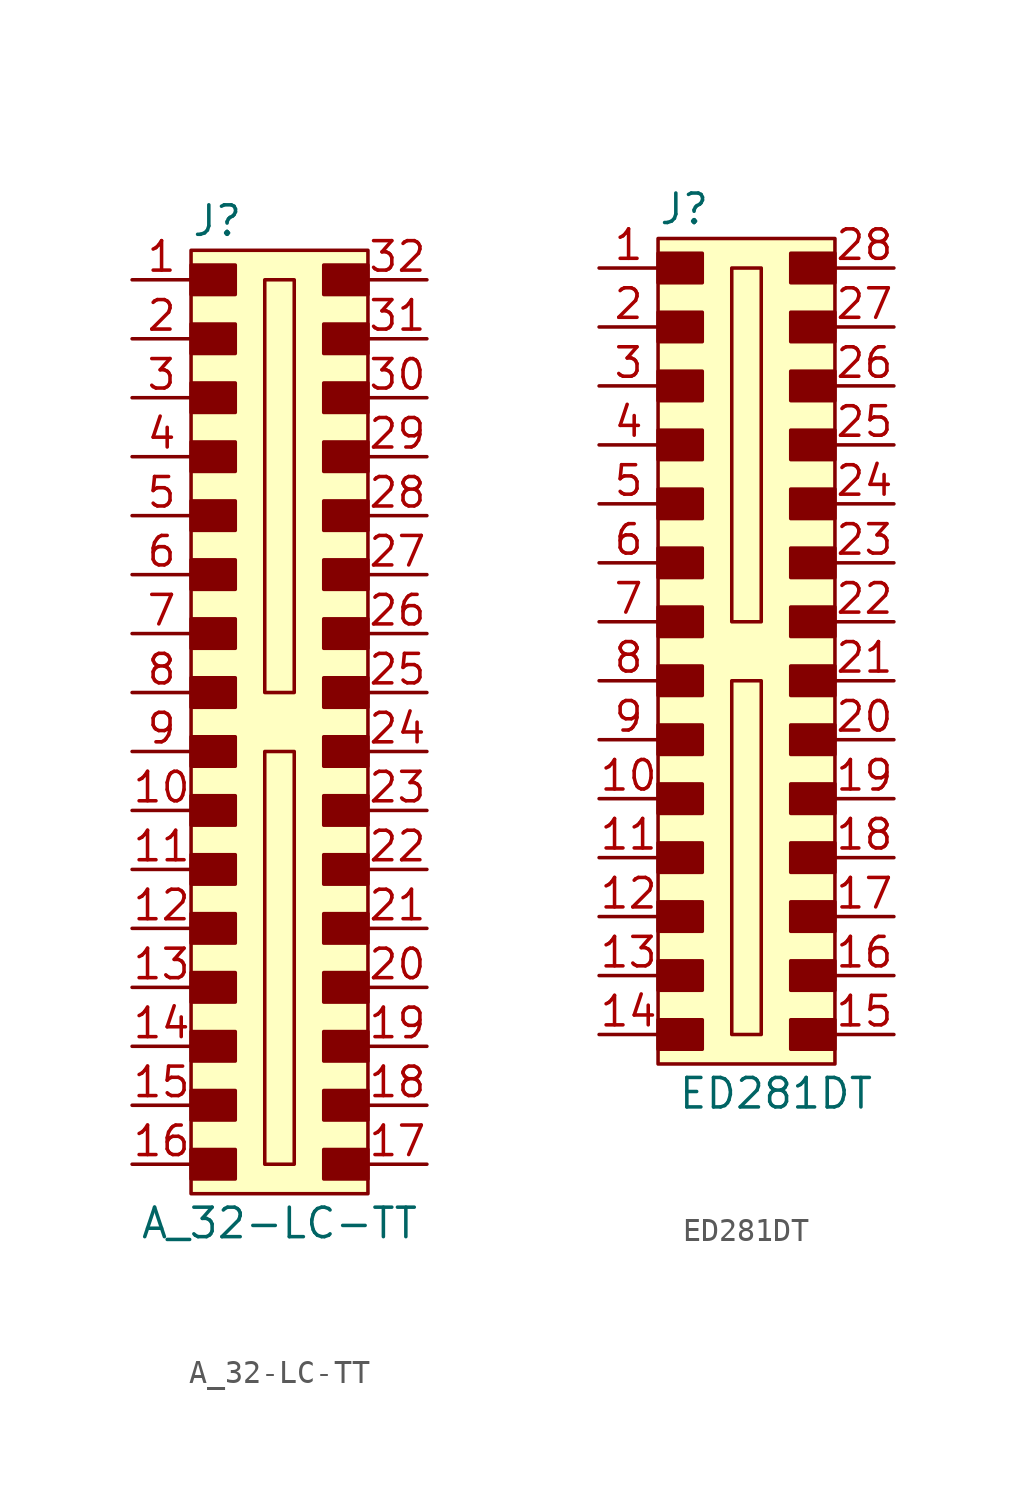
<source format=kicad_sym>
(kicad_symbol_lib
  (version 20211014)
  (generator kicad_symbol_editor)
  (symbol "A_32-LC-TT"
    (pin_names
      (offset 1.016))
    (property "Reference" "J"
      (at -3.81 20.32 0)
      (effects (font (size 1.27 1.27)) (justify left)))
    (property "Value" "A_32-LC-TT"
      (at 0 -22.86 0)
      (effects (font (size 1.27 1.27))))
    (symbol "A_32-LC-TT_1_1"
      (rectangle (start -3.81 -19.685) (end -1.905 -20.955) (stroke (width 0) (type default) (color 0 0 0 0)) (fill (type outline)))
      (rectangle (start -3.81 -17.145) (end -1.905 -18.415) (stroke (width 0) (type default) (color 0 0 0 0)) (fill (type outline)))
      (rectangle (start -3.81 -14.605) (end -1.905 -15.875) (stroke (width 0) (type default) (color 0 0 0 0)) (fill (type outline)))
      (rectangle (start -3.81 -12.065) (end -1.905 -13.335) (stroke (width 0) (type default) (color 0 0 0 0)) (fill (type outline)))
      (rectangle (start -3.81 -9.525) (end -1.905 -10.795) (stroke (width 0) (type default) (color 0 0 0 0)) (fill (type outline)))
      (rectangle (start -3.81 -6.985) (end -1.905 -8.255) (stroke (width 0) (type default) (color 0 0 0 0)) (fill (type outline)))
      (rectangle (start -3.81 -4.445) (end -1.905 -5.715) (stroke (width 0) (type default) (color 0 0 0 0)) (fill (type outline)))
      (rectangle (start -3.81 -1.905) (end -1.905 -3.175) (stroke (width 0) (type default) (color 0 0 0 0)) (fill (type outline)))
      (rectangle (start -3.81 0.635) (end -1.905 -0.635) (stroke (width 0) (type default) (color 0 0 0 0)) (fill (type outline)))
      (rectangle (start -3.81 3.175) (end -1.905 1.905) (stroke (width 0) (type default) (color 0 0 0 0)) (fill (type outline)))
      (rectangle (start -3.81 5.715) (end -1.905 4.445) (stroke (width 0) (type default) (color 0 0 0 0)) (fill (type outline)))
      (rectangle (start -3.81 8.255) (end -1.905 6.985) (stroke (width 0) (type default) (color 0 0 0 0)) (fill (type outline)))
      (rectangle (start -3.81 10.795) (end -1.905 9.525) (stroke (width 0) (type default) (color 0 0 0 0)) (fill (type outline)))
      (rectangle (start -3.81 13.335) (end -1.905 12.065) (stroke (width 0) (type default) (color 0 0 0 0)) (fill (type outline)))
      (rectangle (start -3.81 15.875) (end -1.905 14.605) (stroke (width 0) (type default) (color 0 0 0 0)) (fill (type outline)))
      (rectangle (start -3.81 18.415) (end -1.905 17.145) (stroke (width 0) (type default) (color 0 0 0 0)) (fill (type outline)))
      (rectangle (start -3.81 19.05) (end 3.81 -21.59) (stroke (width 0) (type default) (color 0 0 0 0)) (fill (type background)))
      (rectangle (start -0.635 -2.54) (end 0.635 -20.32) (stroke (width 0) (type default) (color 0 0 0 0)) (fill (type none)))
      (rectangle (start -0.635 17.78) (end 0.635 0) (stroke (width 0) (type default) (color 0 0 0 0)) (fill (type none)))
      (rectangle (start 1.905 -19.685) (end 3.81 -20.955) (stroke (width 0) (type default) (color 0 0 0 0)) (fill (type outline)))
      (rectangle (start 1.905 -17.145) (end 3.81 -18.415) (stroke (width 0) (type default) (color 0 0 0 0)) (fill (type outline)))
      (rectangle (start 1.905 -14.605) (end 3.81 -15.875) (stroke (width 0) (type default) (color 0 0 0 0)) (fill (type outline)))
      (rectangle (start 1.905 -12.065) (end 3.81 -13.335) (stroke (width 0) (type default) (color 0 0 0 0)) (fill (type outline)))
      (rectangle (start 1.905 -9.525) (end 3.81 -10.795) (stroke (width 0) (type default) (color 0 0 0 0)) (fill (type outline)))
      (rectangle (start 1.905 -6.985) (end 3.81 -8.255) (stroke (width 0) (type default) (color 0 0 0 0)) (fill (type outline)))
      (rectangle (start 1.905 -4.445) (end 3.81 -5.715) (stroke (width 0) (type default) (color 0 0 0 0)) (fill (type outline)))
      (rectangle (start 1.905 -1.905) (end 3.81 -3.175) (stroke (width 0) (type default) (color 0 0 0 0)) (fill (type outline)))
      (rectangle (start 1.905 0.635) (end 3.81 -0.635) (stroke (width 0) (type default) (color 0 0 0 0)) (fill (type outline)))
      (rectangle (start 1.905 3.175) (end 3.81 1.905) (stroke (width 0) (type default) (color 0 0 0 0)) (fill (type outline)))
      (rectangle (start 1.905 5.715) (end 3.81 4.445) (stroke (width 0) (type default) (color 0 0 0 0)) (fill (type outline)))
      (rectangle (start 1.905 8.255) (end 3.81 6.985) (stroke (width 0) (type default) (color 0 0 0 0)) (fill (type outline)))
      (rectangle (start 1.905 10.795) (end 3.81 9.525) (stroke (width 0) (type default) (color 0 0 0 0)) (fill (type outline)))
      (rectangle (start 1.905 13.335) (end 3.81 12.065) (stroke (width 0) (type default) (color 0 0 0 0)) (fill (type outline)))
      (rectangle (start 1.905 15.875) (end 3.81 14.605) (stroke (width 0) (type default) (color 0 0 0 0)) (fill (type outline)))
      (rectangle (start 1.905 18.415) (end 3.81 17.145) (stroke (width 0) (type default) (color 0 0 0 0)) (fill (type outline)))
      (pin passive line (at -6.35 17.78 0) (length 2.54) (name "~" (effects (font (size 1.27 1.27)))) (number "1" (effects (font (size 1.27 1.27)))))
      (pin passive line (at -6.35 -5.08 0) (length 2.54) (name "~" (effects (font (size 1.27 1.27)))) (number "10" (effects (font (size 1.27 1.27)))))
      (pin passive line (at -6.35 -7.62 0) (length 2.54) (name "~" (effects (font (size 1.27 1.27)))) (number "11" (effects (font (size 1.27 1.27)))))
      (pin passive line (at -6.35 -10.16 0) (length 2.54) (name "~" (effects (font (size 1.27 1.27)))) (number "12" (effects (font (size 1.27 1.27)))))
      (pin passive line (at -6.35 -12.7 0) (length 2.54) (name "~" (effects (font (size 1.27 1.27)))) (number "13" (effects (font (size 1.27 1.27)))))
      (pin passive line (at -6.35 -15.24 0) (length 2.54) (name "~" (effects (font (size 1.27 1.27)))) (number "14" (effects (font (size 1.27 1.27)))))
      (pin passive line (at -6.35 -17.78 0) (length 2.54) (name "~" (effects (font (size 1.27 1.27)))) (number "15" (effects (font (size 1.27 1.27)))))
      (pin passive line (at -6.35 -20.32 0) (length 2.54) (name "~" (effects (font (size 1.27 1.27)))) (number "16" (effects (font (size 1.27 1.27)))))
      (pin passive line (at 6.35 -20.32 180) (length 2.54) (name "~" (effects (font (size 1.27 1.27)))) (number "17" (effects (font (size 1.27 1.27)))))
      (pin passive line (at 6.35 -17.78 180) (length 2.54) (name "~" (effects (font (size 1.27 1.27)))) (number "18" (effects (font (size 1.27 1.27)))))
      (pin passive line (at 6.35 -15.24 180) (length 2.54) (name "~" (effects (font (size 1.27 1.27)))) (number "19" (effects (font (size 1.27 1.27)))))
      (pin passive line (at -6.35 15.24 0) (length 2.54) (name "~" (effects (font (size 1.27 1.27)))) (number "2" (effects (font (size 1.27 1.27)))))
      (pin passive line (at 6.35 -12.7 180) (length 2.54) (name "~" (effects (font (size 1.27 1.27)))) (number "20" (effects (font (size 1.27 1.27)))))
      (pin passive line (at 6.35 -10.16 180) (length 2.54) (name "~" (effects (font (size 1.27 1.27)))) (number "21" (effects (font (size 1.27 1.27)))))
      (pin passive line (at 6.35 -7.62 180) (length 2.54) (name "~" (effects (font (size 1.27 1.27)))) (number "22" (effects (font (size 1.27 1.27)))))
      (pin passive line (at 6.35 -5.08 180) (length 2.54) (name "~" (effects (font (size 1.27 1.27)))) (number "23" (effects (font (size 1.27 1.27)))))
      (pin passive line (at 6.35 -2.54 180) (length 2.54) (name "~" (effects (font (size 1.27 1.27)))) (number "24" (effects (font (size 1.27 1.27)))))
      (pin passive line (at 6.35 0 180) (length 2.54) (name "~" (effects (font (size 1.27 1.27)))) (number "25" (effects (font (size 1.27 1.27)))))
      (pin passive line (at 6.35 2.54 180) (length 2.54) (name "~" (effects (font (size 1.27 1.27)))) (number "26" (effects (font (size 1.27 1.27)))))
      (pin passive line (at 6.35 5.08 180) (length 2.54) (name "~" (effects (font (size 1.27 1.27)))) (number "27" (effects (font (size 1.27 1.27)))))
      (pin passive line (at 6.35 7.62 180) (length 2.54) (name "~" (effects (font (size 1.27 1.27)))) (number "28" (effects (font (size 1.27 1.27)))))
      (pin passive line (at 6.35 10.16 180) (length 2.54) (name "~" (effects (font (size 1.27 1.27)))) (number "29" (effects (font (size 1.27 1.27)))))
      (pin passive line (at -6.35 12.7 0) (length 2.54) (name "~" (effects (font (size 1.27 1.27)))) (number "3" (effects (font (size 1.27 1.27)))))
      (pin passive line (at 6.35 12.7 180) (length 2.54) (name "~" (effects (font (size 1.27 1.27)))) (number "30" (effects (font (size 1.27 1.27)))))
      (pin passive line (at 6.35 15.24 180) (length 2.54) (name "~" (effects (font (size 1.27 1.27)))) (number "31" (effects (font (size 1.27 1.27)))))
      (pin passive line (at 6.35 17.78 180) (length 2.54) (name "~" (effects (font (size 1.27 1.27)))) (number "32" (effects (font (size 1.27 1.27)))))
      (pin passive line (at -6.35 10.16 0) (length 2.54) (name "~" (effects (font (size 1.27 1.27)))) (number "4" (effects (font (size 1.27 1.27)))))
      (pin passive line (at -6.35 7.62 0) (length 2.54) (name "~" (effects (font (size 1.27 1.27)))) (number "5" (effects (font (size 1.27 1.27)))))
      (pin passive line (at -6.35 5.08 0) (length 2.54) (name "~" (effects (font (size 1.27 1.27)))) (number "6" (effects (font (size 1.27 1.27)))))
      (pin passive line (at -6.35 2.54 0) (length 2.54) (name "~" (effects (font (size 1.27 1.27)))) (number "7" (effects (font (size 1.27 1.27)))))
      (pin passive line (at -6.35 0 0) (length 2.54) (name "~" (effects (font (size 1.27 1.27)))) (number "8" (effects (font (size 1.27 1.27)))))
      (pin passive line (at -6.35 -2.54 0) (length 2.54) (name "~" (effects (font (size 1.27 1.27)))) (number "9" (effects (font (size 1.27 1.27)))))))
  (symbol "ED281DT"
    (pin_names
      (offset 1.016))
    (property "Reference" "J"
      (at -5.08 15.24 0)
      (effects (font (size 1.27 1.27)) (justify left)))
    (property "Value" "ED281DT"
      (at 0 -22.86 0)
      (effects (font (size 1.27 1.27))))
    (symbol "ED281DT_0_1"
      (rectangle (start -5.08 10.795) (end -3.175 9.525) (stroke (width 0) (type default) (color 0 0 0 0)) (fill (type outline)))
      (rectangle (start -5.08 13.335) (end -3.175 12.065) (stroke (width 0) (type default) (color 0 0 0 0)) (fill (type outline)))
      (rectangle (start -5.08 13.97) (end 2.54 -21.59) (stroke (width 0) (type default) (color 0 0 0 0)) (fill (type background)))
      (rectangle (start -1.905 -5.08) (end -0.635 -20.32) (stroke (width 0) (type default) (color 0 0 0 0)) (fill (type none)))
      (rectangle (start -1.905 12.7) (end -0.635 -2.54) (stroke (width 0) (type default) (color 0 0 0 0)) (fill (type none))))
    (symbol "ED281DT_1_1"
      (rectangle (start -5.08 -19.685) (end -3.175 -20.955) (stroke (width 0) (type default) (color 0 0 0 0)) (fill (type outline)))
      (rectangle (start -5.08 -17.145) (end -3.175 -18.415) (stroke (width 0) (type default) (color 0 0 0 0)) (fill (type outline)))
      (rectangle (start -5.08 -14.605) (end -3.175 -15.875) (stroke (width 0) (type default) (color 0 0 0 0)) (fill (type outline)))
      (rectangle (start -5.08 -12.065) (end -3.175 -13.335) (stroke (width 0) (type default) (color 0 0 0 0)) (fill (type outline)))
      (rectangle (start -5.08 -9.525) (end -3.175 -10.795) (stroke (width 0) (type default) (color 0 0 0 0)) (fill (type outline)))
      (rectangle (start -5.08 -6.985) (end -3.175 -8.255) (stroke (width 0) (type default) (color 0 0 0 0)) (fill (type outline)))
      (rectangle (start -5.08 -4.445) (end -3.175 -5.715) (stroke (width 0) (type default) (color 0 0 0 0)) (fill (type outline)))
      (rectangle (start -5.08 -1.905) (end -3.175 -3.175) (stroke (width 0) (type default) (color 0 0 0 0)) (fill (type outline)))
      (rectangle (start -5.08 0.635) (end -3.175 -0.635) (stroke (width 0) (type default) (color 0 0 0 0)) (fill (type outline)))
      (rectangle (start -5.08 3.175) (end -3.175 1.905) (stroke (width 0) (type default) (color 0 0 0 0)) (fill (type outline)))
      (rectangle (start -5.08 5.715) (end -3.175 4.445) (stroke (width 0) (type default) (color 0 0 0 0)) (fill (type outline)))
      (rectangle (start -5.08 8.255) (end -3.175 6.985) (stroke (width 0) (type default) (color 0 0 0 0)) (fill (type outline)))
      (rectangle (start 0.635 -19.685) (end 2.54 -20.955) (stroke (width 0) (type default) (color 0 0 0 0)) (fill (type outline)))
      (rectangle (start 0.635 -17.145) (end 2.54 -18.415) (stroke (width 0) (type default) (color 0 0 0 0)) (fill (type outline)))
      (rectangle (start 0.635 -14.605) (end 2.54 -15.875) (stroke (width 0) (type default) (color 0 0 0 0)) (fill (type outline)))
      (rectangle (start 0.635 -12.065) (end 2.54 -13.335) (stroke (width 0) (type default) (color 0 0 0 0)) (fill (type outline)))
      (rectangle (start 0.635 -9.525) (end 2.54 -10.795) (stroke (width 0) (type default) (color 0 0 0 0)) (fill (type outline)))
      (rectangle (start 0.635 -6.985) (end 2.54 -8.255) (stroke (width 0) (type default) (color 0 0 0 0)) (fill (type outline)))
      (rectangle (start 0.635 -4.445) (end 2.54 -5.715) (stroke (width 0) (type default) (color 0 0 0 0)) (fill (type outline)))
      (rectangle (start 0.635 -1.905) (end 2.54 -3.175) (stroke (width 0) (type default) (color 0 0 0 0)) (fill (type outline)))
      (rectangle (start 0.635 0.635) (end 2.54 -0.635) (stroke (width 0) (type default) (color 0 0 0 0)) (fill (type outline)))
      (rectangle (start 0.635 3.175) (end 2.54 1.905) (stroke (width 0) (type default) (color 0 0 0 0)) (fill (type outline)))
      (rectangle (start 0.635 5.715) (end 2.54 4.445) (stroke (width 0) (type default) (color 0 0 0 0)) (fill (type outline)))
      (rectangle (start 0.635 8.255) (end 2.54 6.985) (stroke (width 0) (type default) (color 0 0 0 0)) (fill (type outline)))
      (rectangle (start 0.635 10.795) (end 2.54 9.525) (stroke (width 0) (type default) (color 0 0 0 0)) (fill (type outline)))
      (rectangle (start 0.635 13.335) (end 2.54 12.065) (stroke (width 0) (type default) (color 0 0 0 0)) (fill (type outline)))
      (pin passive line (at -7.62 12.7 0) (length 2.54) (name "~" (effects (font (size 1.27 1.27)))) (number "1" (effects (font (size 1.27 1.27)))))
      (pin passive line (at -7.62 -10.16 0) (length 2.54) (name "~" (effects (font (size 1.27 1.27)))) (number "10" (effects (font (size 1.27 1.27)))))
      (pin passive line (at -7.62 -12.7 0) (length 2.54) (name "~" (effects (font (size 1.27 1.27)))) (number "11" (effects (font (size 1.27 1.27)))))
      (pin passive line (at -7.62 -15.24 0) (length 2.54) (name "~" (effects (font (size 1.27 1.27)))) (number "12" (effects (font (size 1.27 1.27)))))
      (pin passive line (at -7.62 -17.78 0) (length 2.54) (name "~" (effects (font (size 1.27 1.27)))) (number "13" (effects (font (size 1.27 1.27)))))
      (pin passive line (at -7.62 -20.32 0) (length 2.54) (name "~" (effects (font (size 1.27 1.27)))) (number "14" (effects (font (size 1.27 1.27)))))
      (pin passive line (at 5.08 -20.32 180) (length 2.54) (name "~" (effects (font (size 1.27 1.27)))) (number "15" (effects (font (size 1.27 1.27)))))
      (pin passive line (at 5.08 -17.78 180) (length 2.54) (name "~" (effects (font (size 1.27 1.27)))) (number "16" (effects (font (size 1.27 1.27)))))
      (pin passive line (at 5.08 -15.24 180) (length 2.54) (name "~" (effects (font (size 1.27 1.27)))) (number "17" (effects (font (size 1.27 1.27)))))
      (pin passive line (at 5.08 -12.7 180) (length 2.54) (name "~" (effects (font (size 1.27 1.27)))) (number "18" (effects (font (size 1.27 1.27)))))
      (pin passive line (at 5.08 -10.16 180) (length 2.54) (name "~" (effects (font (size 1.27 1.27)))) (number "19" (effects (font (size 1.27 1.27)))))
      (pin passive line (at -7.62 10.16 0) (length 2.54) (name "~" (effects (font (size 1.27 1.27)))) (number "2" (effects (font (size 1.27 1.27)))))
      (pin passive line (at 5.08 -7.62 180) (length 2.54) (name "~" (effects (font (size 1.27 1.27)))) (number "20" (effects (font (size 1.27 1.27)))))
      (pin passive line (at 5.08 -5.08 180) (length 2.54) (name "~" (effects (font (size 1.27 1.27)))) (number "21" (effects (font (size 1.27 1.27)))))
      (pin passive line (at 5.08 -2.54 180) (length 2.54) (name "~" (effects (font (size 1.27 1.27)))) (number "22" (effects (font (size 1.27 1.27)))))
      (pin passive line (at 5.08 0 180) (length 2.54) (name "~" (effects (font (size 1.27 1.27)))) (number "23" (effects (font (size 1.27 1.27)))))
      (pin passive line (at 5.08 2.54 180) (length 2.54) (name "~" (effects (font (size 1.27 1.27)))) (number "24" (effects (font (size 1.27 1.27)))))
      (pin passive line (at 5.08 5.08 180) (length 2.54) (name "~" (effects (font (size 1.27 1.27)))) (number "25" (effects (font (size 1.27 1.27)))))
      (pin passive line (at 5.08 7.62 180) (length 2.54) (name "~" (effects (font (size 1.27 1.27)))) (number "26" (effects (font (size 1.27 1.27)))))
      (pin passive line (at 5.08 10.16 180) (length 2.54) (name "~" (effects (font (size 1.27 1.27)))) (number "27" (effects (font (size 1.27 1.27)))))
      (pin passive line (at 5.08 12.7 180) (length 2.54) (name "~" (effects (font (size 1.27 1.27)))) (number "28" (effects (font (size 1.27 1.27)))))
      (pin passive line (at -7.62 7.62 0) (length 2.54) (name "~" (effects (font (size 1.27 1.27)))) (number "3" (effects (font (size 1.27 1.27)))))
      (pin passive line (at -7.62 5.08 0) (length 2.54) (name "~" (effects (font (size 1.27 1.27)))) (number "4" (effects (font (size 1.27 1.27)))))
      (pin passive line (at -7.62 2.54 0) (length 2.54) (name "~" (effects (font (size 1.27 1.27)))) (number "5" (effects (font (size 1.27 1.27)))))
      (pin passive line (at -7.62 0 0) (length 2.54) (name "~" (effects (font (size 1.27 1.27)))) (number "6" (effects (font (size 1.27 1.27)))))
      (pin passive line (at -7.62 -2.54 0) (length 2.54) (name "~" (effects (font (size 1.27 1.27)))) (number "7" (effects (font (size 1.27 1.27)))))
      (pin passive line (at -7.62 -5.08 0) (length 2.54) (name "~" (effects (font (size 1.27 1.27)))) (number "8" (effects (font (size 1.27 1.27)))))
      (pin passive line (at -7.62 -7.62 0) (length 2.54) (name "~" (effects (font (size 1.27 1.27)))) (number "9" (effects (font (size 1.27 1.27))))))))
</source>
